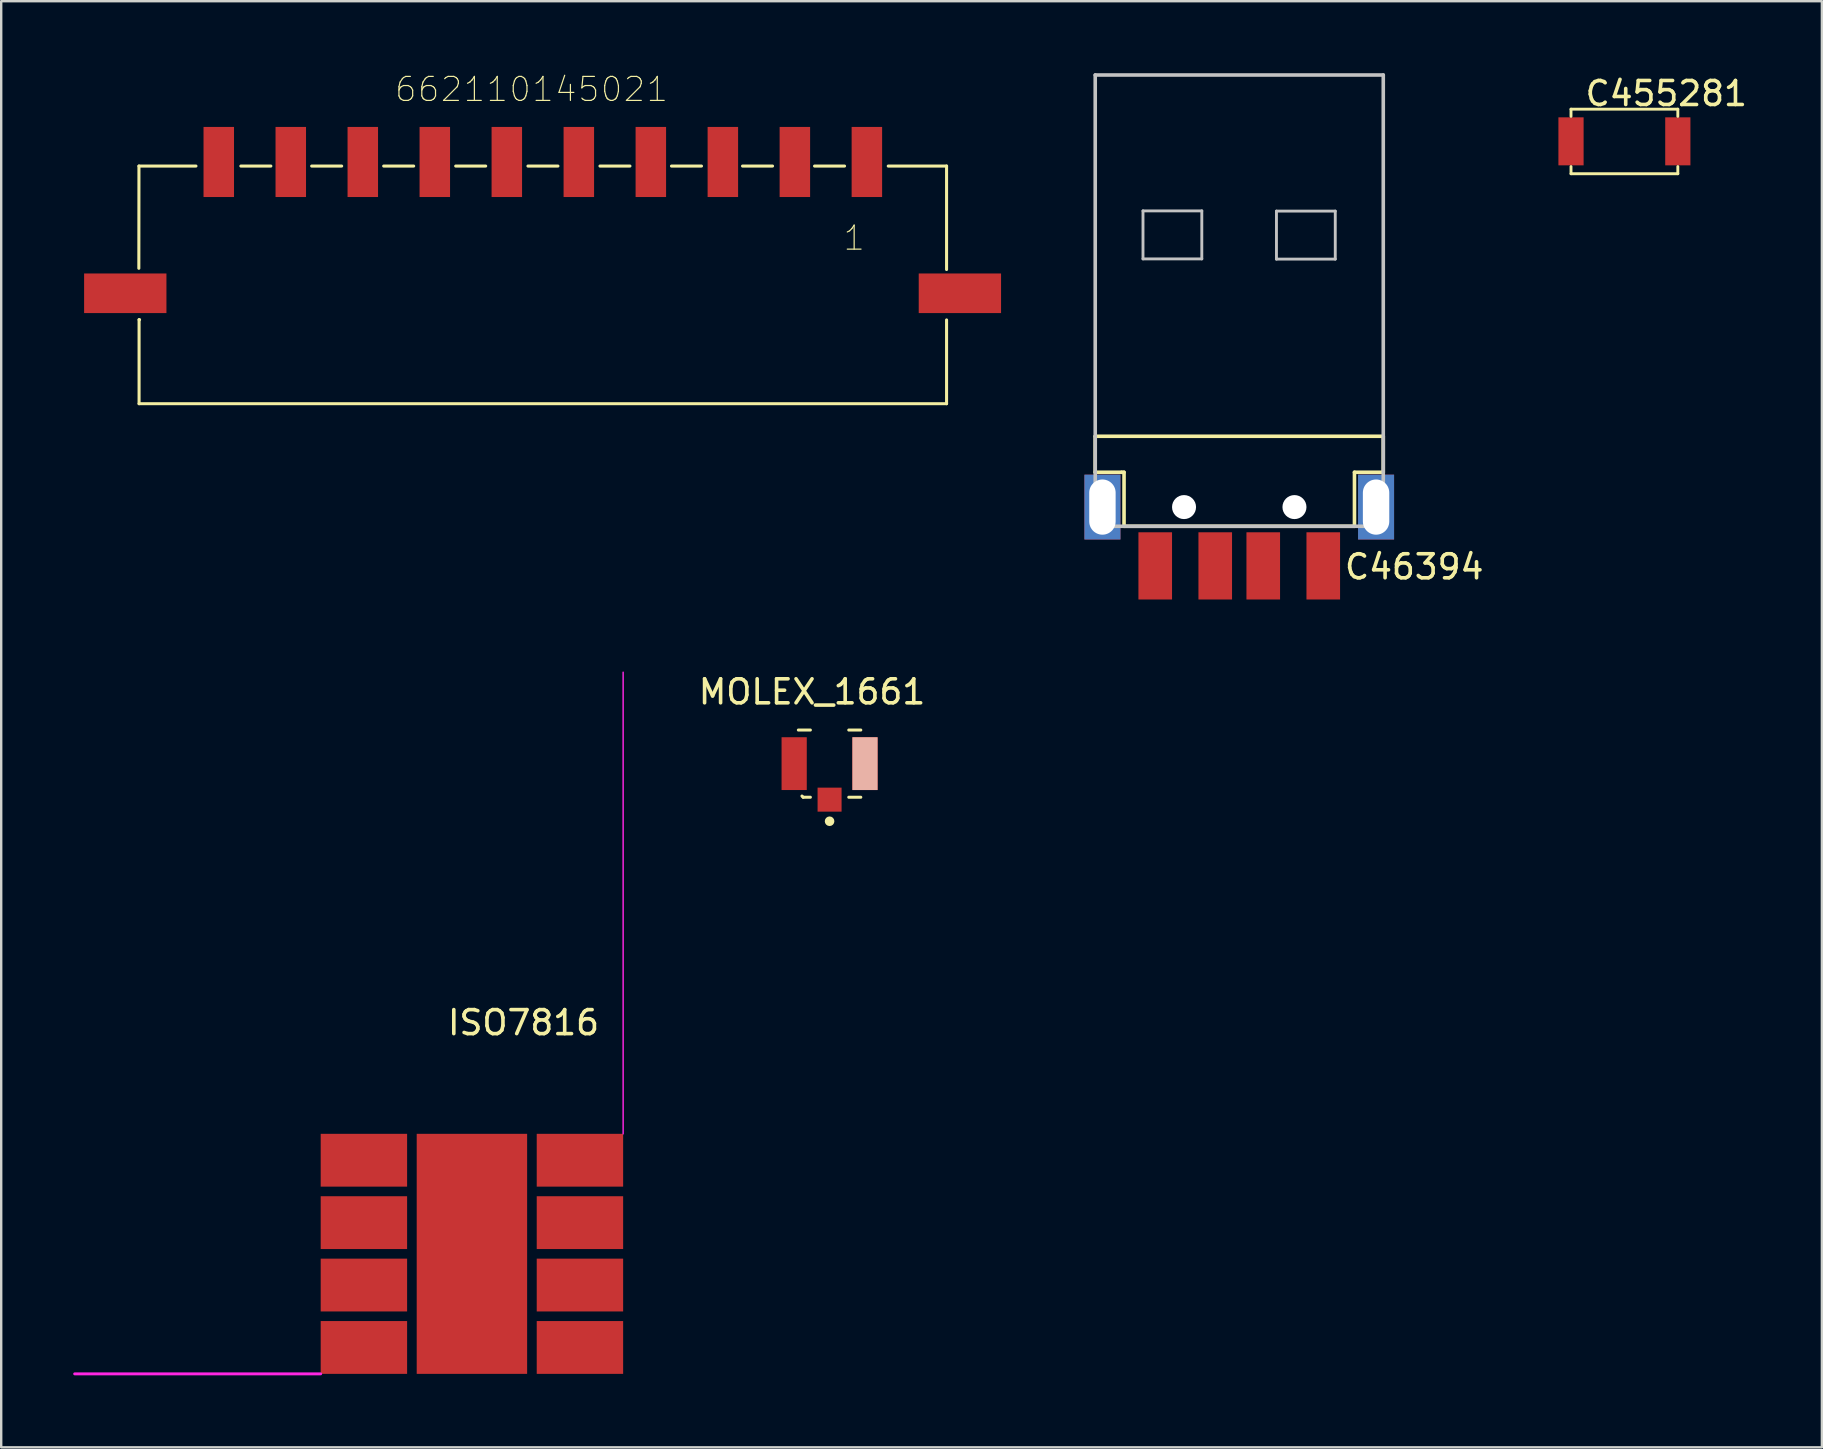
<source format=kicad_pcb>
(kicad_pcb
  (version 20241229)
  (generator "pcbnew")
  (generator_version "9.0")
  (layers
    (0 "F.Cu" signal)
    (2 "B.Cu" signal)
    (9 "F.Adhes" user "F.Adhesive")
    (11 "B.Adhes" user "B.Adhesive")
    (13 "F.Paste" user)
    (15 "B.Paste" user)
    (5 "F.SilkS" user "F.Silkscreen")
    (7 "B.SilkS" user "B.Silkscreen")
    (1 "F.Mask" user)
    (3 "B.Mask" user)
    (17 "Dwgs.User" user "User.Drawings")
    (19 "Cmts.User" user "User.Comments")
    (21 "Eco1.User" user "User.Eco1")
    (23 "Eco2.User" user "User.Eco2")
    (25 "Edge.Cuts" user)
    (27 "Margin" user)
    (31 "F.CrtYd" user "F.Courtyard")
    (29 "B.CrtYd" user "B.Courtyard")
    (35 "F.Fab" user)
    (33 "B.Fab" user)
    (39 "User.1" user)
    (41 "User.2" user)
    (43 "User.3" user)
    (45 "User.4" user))
  (footprint "MOLEX_1661"
    (layer "F.Cu")
    (at 31.51 28.763)
    (property "Reference" "MOLEX_1661" (at -0.731 -2.99 0) (layer "F.SilkS") (effects (font (size 1 1) (thickness 0.15))))
    (attr smd)
    (fp_line (start -1.3 -1.4) (end -0.8 -1.4) (stroke (width 0.127) (type solid)) (layer "F.SilkS"))
    (fp_line (start -1.1 1.4) (end -1.15 1.35) (stroke (width 0.127) (type solid)) (layer "F.SilkS"))
    (fp_line (start -1.1 1.4) (end -0.8 1.4) (stroke (width 0.127) (type solid)) (layer "F.SilkS"))
    (fp_line (start 1.3 -1.4) (end 0.8 -1.4) (stroke (width 0.127) (type solid)) (layer "F.SilkS"))
    (fp_line (start 1.3 1.4) (end 0.8 1.4) (stroke (width 0.127) (type solid)) (layer "F.SilkS"))
    (fp_circle (center 0 2.4) (end 0.1 2.4) (stroke (width 0.2) (type solid)) (fill no) (layer "F.SilkS"))
    (pad "1" smd rect (at 0 1.5) (size 1 1) (layers "F.Cu" "F.Mask" "F.Paste"))
    (pad "2" smd rect (at -1.475 0) (size 1.05 2.2) (layers "F.Cu" "F.Mask" "F.Paste"))
    (pad "2" smd rect (at 1.475 0) (size 1.05 2.2) (layers "F.Cu" "F.Mask" "B.SilkS" "F.Paste")))
  (footprint "C46394"
    (layer "F.Cu")
    (at 48.577 20.525)
    (property "Reference" "C46394" (at 7.29 0.04 0) (layer "F.SilkS") (effects (font (size 1 1) (thickness 0.15))))
    (attr through_hole)
    (fp_line (start -6 -5.4) (end -6 -3.9) (stroke (width 0.15) (type solid)) (layer "F.SilkS"))
    (fp_line (start -6 -5.4) (end 6 -5.4) (stroke (width 0.15) (type solid)) (layer "F.SilkS"))
    (fp_line (start -6 -3.9) (end -4.9 -3.9) (stroke (width 0.15) (type solid)) (layer "F.SilkS"))
    (fp_line (start -4.9 -3.9) (end -4.8 -3.9) (stroke (width 0.15) (type solid)) (layer "F.SilkS"))
    (fp_line (start -4.8 -3.9) (end -4.8 -1.65) (stroke (width 0.15) (type solid)) (layer "F.SilkS"))
    (fp_line (start -4.8 -1.65) (end 4.8 -1.65) (stroke (width 0.15) (type solid)) (layer "F.SilkS"))
    (fp_line (start 4.8 -3.9) (end 4.8 -1.65) (stroke (width 0.15) (type solid)) (layer "F.SilkS"))
    (fp_line (start 6 -5.4) (end 6 -3.9) (stroke (width 0.15) (type solid)) (layer "F.SilkS"))
    (fp_line (start 6 -3.9) (end 4.8 -3.9) (stroke (width 0.15) (type solid)) (layer "F.SilkS"))
    (fp_line (start -6 -20.45) (end -6 -1.65) (stroke (width 0.15) (type solid)) (layer "Dwgs.User"))
    (fp_line (start -6 -20.45) (end 6 -20.45) (stroke (width 0.15) (type solid)) (layer "Dwgs.User"))
    (fp_line (start -6 -1.65) (end 6 -1.65) (stroke (width 0.15) (type solid)) (layer "Dwgs.User"))
    (fp_line (start -4.01 -14.79) (end -4.01 -12.79) (stroke (width 0.12) (type solid)) (layer "Dwgs.User"))
    (fp_line (start -4.01 -14.79) (end -1.56 -14.79) (stroke (width 0.12) (type solid)) (layer "Dwgs.User"))
    (fp_line (start -4.01 -12.79) (end -1.56 -12.79) (stroke (width 0.12) (type solid)) (layer "Dwgs.User"))
    (fp_line (start -1.56 -12.79) (end -1.56 -14.79) (stroke (width 0.12) (type solid)) (layer "Dwgs.User"))
    (fp_line (start 1.55 -14.78) (end 1.55 -12.78) (stroke (width 0.12) (type solid)) (layer "Dwgs.User"))
    (fp_line (start 1.55 -14.78) (end 4 -14.78) (stroke (width 0.12) (type solid)) (layer "Dwgs.User"))
    (fp_line (start 1.55 -12.78) (end 4 -12.78) (stroke (width 0.12) (type solid)) (layer "Dwgs.User"))
    (fp_line (start 4 -12.78) (end 4 -14.78) (stroke (width 0.12) (type solid)) (layer "Dwgs.User"))
    (fp_line (start 6 -20.45) (end 6 -1.65) (stroke (width 0.15) (type solid)) (layer "Dwgs.User"))
    (fp_text user "PCB EDGE" (at 0 -4.51 0) (layer "Eco2.User") (effects (font (size 1 1) (thickness 0.15))))
    (pad "" np_thru_hole circle (at -2.3 -2.45) (size 1 1) (drill 1) (layers "*.Cu" "*.Mask"))
    (pad "" np_thru_hole circle (at 2.3 -2.45) (size 1 1) (drill 1) (layers "*.Cu" "*.Mask"))
    (pad "1" smd rect (at -3.5 0) (size 1.4 2.8) (layers "F.Cu" "F.Mask" "F.Paste"))
    (pad "2" smd rect (at -1 0) (size 1.4 2.8) (layers "F.Cu" "F.Mask" "F.Paste"))
    (pad "3" smd rect (at 1 0) (size 1.4 2.8) (layers "F.Cu" "F.Mask" "F.Paste"))
    (pad "4" smd rect (at 3.5 0) (size 1.4 2.8) (layers "F.Cu" "F.Mask" "F.Paste"))
    (pad "5" thru_hole rect (at -5.7 -2.45) (size 1.5 2.7) (drill oval 1.1 2.3) (layers "*.Cu" "*.Mask"))
    (pad "5" thru_hole rect (at 5.7 -2.45) (size 1.5 2.7) (drill oval 1.1 2.3) (layers "*.Cu" "*.Mask")))
  (footprint "ISO7816"
    (layer "F.Cu")
    (at 16.61 49.185)
    (property "Reference" "ISO7816" (at 2.15 -9.63 0) (layer "F.SilkS") (effects (font (size 1 1) (thickness 0.15))))
    (attr through_hole)
    (fp_line (start -6.3 5) (end -16.55 5) (stroke (width 0.12) (type solid)) (layer "F.CrtYd"))
    (fp_line (start 6.3 -5) (end 6.3 -24.23) (stroke (width 0.06) (type solid)) (layer "F.CrtYd"))
    (pad "C1" smd rect (at -4.5 -3.9) (size 3.6 2.2) (layers "F.Cu" "F.Mask" "F.Paste"))
    (pad "C2" smd rect (at -4.5 -1.3) (size 3.6 2.2) (layers "F.Cu" "F.Mask" "F.Paste"))
    (pad "C3" smd rect (at -4.5 1.3) (size 3.6 2.2) (layers "F.Cu" "F.Mask" "F.Paste"))
    (pad "C4" smd rect (at -4.5 3.9) (size 3.6 2.2) (layers "F.Cu" "F.Mask" "F.Paste"))
    (pad "C5" smd rect (at 0 0) (size 4.6 10) (layers "F.Cu" "F.Mask" "F.Paste"))
    (pad "C5" smd rect (at 4.5 -3.9) (size 3.6 2.2) (layers "F.Cu" "F.Mask" "F.Paste"))
    (pad "C6" smd rect (at 4.5 -1.3) (size 3.6 2.2) (layers "F.Cu" "F.Mask" "F.Paste"))
    (pad "C7" smd rect (at 4.5 1.3) (size 3.6 2.2) (layers "F.Cu" "F.Mask" "F.Paste"))
    (pad "C8" smd rect (at 4.5 3.9) (size 3.6 2.2) (layers "F.Cu" "F.Mask" "F.Paste")))
  (footprint "C455281"
    (layer "F.Cu")
    (at 62.398 1.498)
    (property "Reference" "C455281" (at 3.97 -0.65 0) (layer "F.SilkS") (effects (font (size 1 1) (thickness 0.15))))
    (attr through_hole)
    (fp_line (start 0 0) (end 0 0.3) (stroke (width 0.12) (type solid)) (layer "F.SilkS"))
    (fp_line (start 0 0) (end 4.45 0) (stroke (width 0.12) (type solid)) (layer "F.SilkS"))
    (fp_line (start 0 2.69) (end 0 2.39) (stroke (width 0.12) (type solid)) (layer "F.SilkS"))
    (fp_line (start 4.45 0) (end 4.45 0.3) (stroke (width 0.12) (type solid)) (layer "F.SilkS"))
    (fp_line (start 4.45 2.69) (end 0 2.69) (stroke (width 0.12) (type solid)) (layer "F.SilkS"))
    (fp_line (start 4.45 2.69) (end 4.45 2.39) (stroke (width 0.12) (type solid)) (layer "F.SilkS"))
    (pad "1" smd rect (at 0 1.34) (size 1.05 2) (layers "F.Cu" "F.Mask" "F.Paste"))
    (pad "2" smd rect (at 4.45 1.34) (size 1.05 2) (layers "F.Cu" "F.Mask" "F.Paste")))
  (footprint "662110145021"
    (layer "F.Cu")
    (at 19.564 9.168)
    (property "Reference" "662110145021" (at -0.47 -8.495 0) (layer "F.SilkS") (effects (font (size 1 1) (thickness 0.05))))
    (attr smd)
    (fp_line (start -16.825 -5.3) (end -16.83 -1.04) (stroke (width 0.127) (type solid)) (layer "F.SilkS"))
    (fp_line (start -16.82 1.1) (end -16.82 4.6) (stroke (width 0.127) (type solid)) (layer "F.SilkS"))
    (fp_line (start -16.82 4.6) (end 16.82 4.6) (stroke (width 0.127) (type solid)) (layer "F.SilkS"))
    (fp_line (start -16.8 1.1) (end -16.82 1.1) (stroke (width 0.127) (type solid)) (layer "F.SilkS"))
    (fp_line (start -14.45 -5.3) (end -16.825 -5.3) (stroke (width 0.127) (type solid)) (layer "F.SilkS"))
    (fp_line (start -12.58 -5.3) (end -11.33 -5.3) (stroke (width 0.127) (type solid)) (layer "F.SilkS"))
    (fp_line (start -9.63 -5.3) (end -8.38 -5.3) (stroke (width 0.127) (type solid)) (layer "F.SilkS"))
    (fp_line (start -6.63 -5.3) (end -5.38 -5.3) (stroke (width 0.127) (type solid)) (layer "F.SilkS"))
    (fp_line (start -3.63 -5.3) (end -2.38 -5.3) (stroke (width 0.127) (type solid)) (layer "F.SilkS"))
    (fp_line (start -0.62 -5.3) (end 0.63 -5.3) (stroke (width 0.127) (type solid)) (layer "F.SilkS"))
    (fp_line (start 2.38 -5.3) (end 3.63 -5.3) (stroke (width 0.127) (type solid)) (layer "F.SilkS"))
    (fp_line (start 5.36 -5.3) (end 6.61 -5.3) (stroke (width 0.127) (type solid)) (layer "F.SilkS"))
    (fp_line (start 8.32 -5.3) (end 9.57 -5.3) (stroke (width 0.127) (type solid)) (layer "F.SilkS"))
    (fp_line (start 11.32 -5.3) (end 12.57 -5.3) (stroke (width 0.127) (type solid)) (layer "F.SilkS"))
    (fp_line (start 14.39 -5.3) (end 16.82 -5.3) (stroke (width 0.127) (type solid)) (layer "F.SilkS"))
    (fp_line (start 16.82 -5.3) (end 16.82 -0.99) (stroke (width 0.127) (type solid)) (layer "F.SilkS"))
    (fp_line (start 16.82 4.6) (end 16.82 1.11) (stroke (width 0.127) (type solid)) (layer "F.SilkS"))
    (fp_line (start -19.5 -7.27) (end 19.5 -7.27) (stroke (width 0.127) (type solid)) (layer "Eco1.User"))
    (fp_line (start -19.5 4.85) (end -19.5 -7.27) (stroke (width 0.127) (type solid)) (layer "Eco1.User"))
    (fp_line (start 19.5 -7.27) (end 19.5 4.85) (stroke (width 0.127) (type solid)) (layer "Eco1.User"))
    (fp_line (start 19.5 4.85) (end -19.5 4.85) (stroke (width 0.127) (type solid)) (layer "Eco1.User"))
    (fp_line (start -16.825 -5.3) (end 16.825 -5.3) (stroke (width 0.127) (type solid)) (layer "Eco2.User"))
    (fp_line (start -16.825 4.6) (end -16.825 -5.3) (stroke (width 0.127) (type solid)) (layer "Eco2.User"))
    (fp_line (start 16.825 -5.3) (end 16.825 4.6) (stroke (width 0.127) (type solid)) (layer "Eco2.User"))
    (fp_line (start 16.825 4.6) (end -16.825 4.6) (stroke (width 0.127) (type solid)) (layer "Eco2.User"))
    (fp_text user "1" (at 12.97 -2.3 0) (layer "F.SilkS") (effects (font (size 1 1) (thickness 0.05))))
    (fp_text user "10" (at -14.88 -2.3 0) (layer "Edge.Cuts") (effects (font (size 1 1) (thickness 0.05))))
    (fp_text user "1" (at 12.97 -2.3 0) (layer "Edge.Cuts") (effects (font (size 1 1) (thickness 0.05))))
    (pad "1" smd rect (at 13.5 -5.47 90) (size 2.92 1.27) (layers "F.Cu" "F.Mask" "F.Paste"))
    (pad "2" smd rect (at 10.5 -5.47 90) (size 2.92 1.27) (layers "F.Cu" "F.Mask" "F.Paste"))
    (pad "3" smd rect (at 7.5 -5.47 90) (size 2.92 1.27) (layers "F.Cu" "F.Mask" "F.Paste"))
    (pad "4" smd rect (at 4.5 -5.47 90) (size 2.92 1.27) (layers "F.Cu" "F.Mask" "F.Paste"))
    (pad "5" smd rect (at 1.5 -5.47 90) (size 2.92 1.27) (layers "F.Cu" "F.Mask" "F.Paste"))
    (pad "6" smd rect (at -1.5 -5.47 90) (size 2.92 1.27) (layers "F.Cu" "F.Mask" "F.Paste"))
    (pad "7" smd rect (at -4.5 -5.47 90) (size 2.92 1.27) (layers "F.Cu" "F.Mask" "F.Paste"))
    (pad "8" smd rect (at -7.5 -5.47 90) (size 2.92 1.27) (layers "F.Cu" "F.Mask" "F.Paste"))
    (pad "9" smd rect (at -10.5 -5.47 90) (size 2.92 1.27) (layers "F.Cu" "F.Mask" "F.Paste"))
    (pad "10" smd rect (at -13.5 -5.47 90) (size 2.92 1.27) (layers "F.Cu" "F.Mask" "F.Paste"))
    (pad "M1" smd rect (at 17.375 0) (size 3.43 1.65) (layers "F.Cu" "F.Mask" "F.Paste"))
    (pad "M2" smd rect (at -17.395 0) (size 3.43 1.65) (layers "F.Cu" "F.Mask" "F.Paste")))
  (gr_rect
    (start -3 -3)
    (end 72.85 57.245)
    (stroke (width 0.1) (type default))
    (fill no)
    (layer "Edge.Cuts")))
</source>
